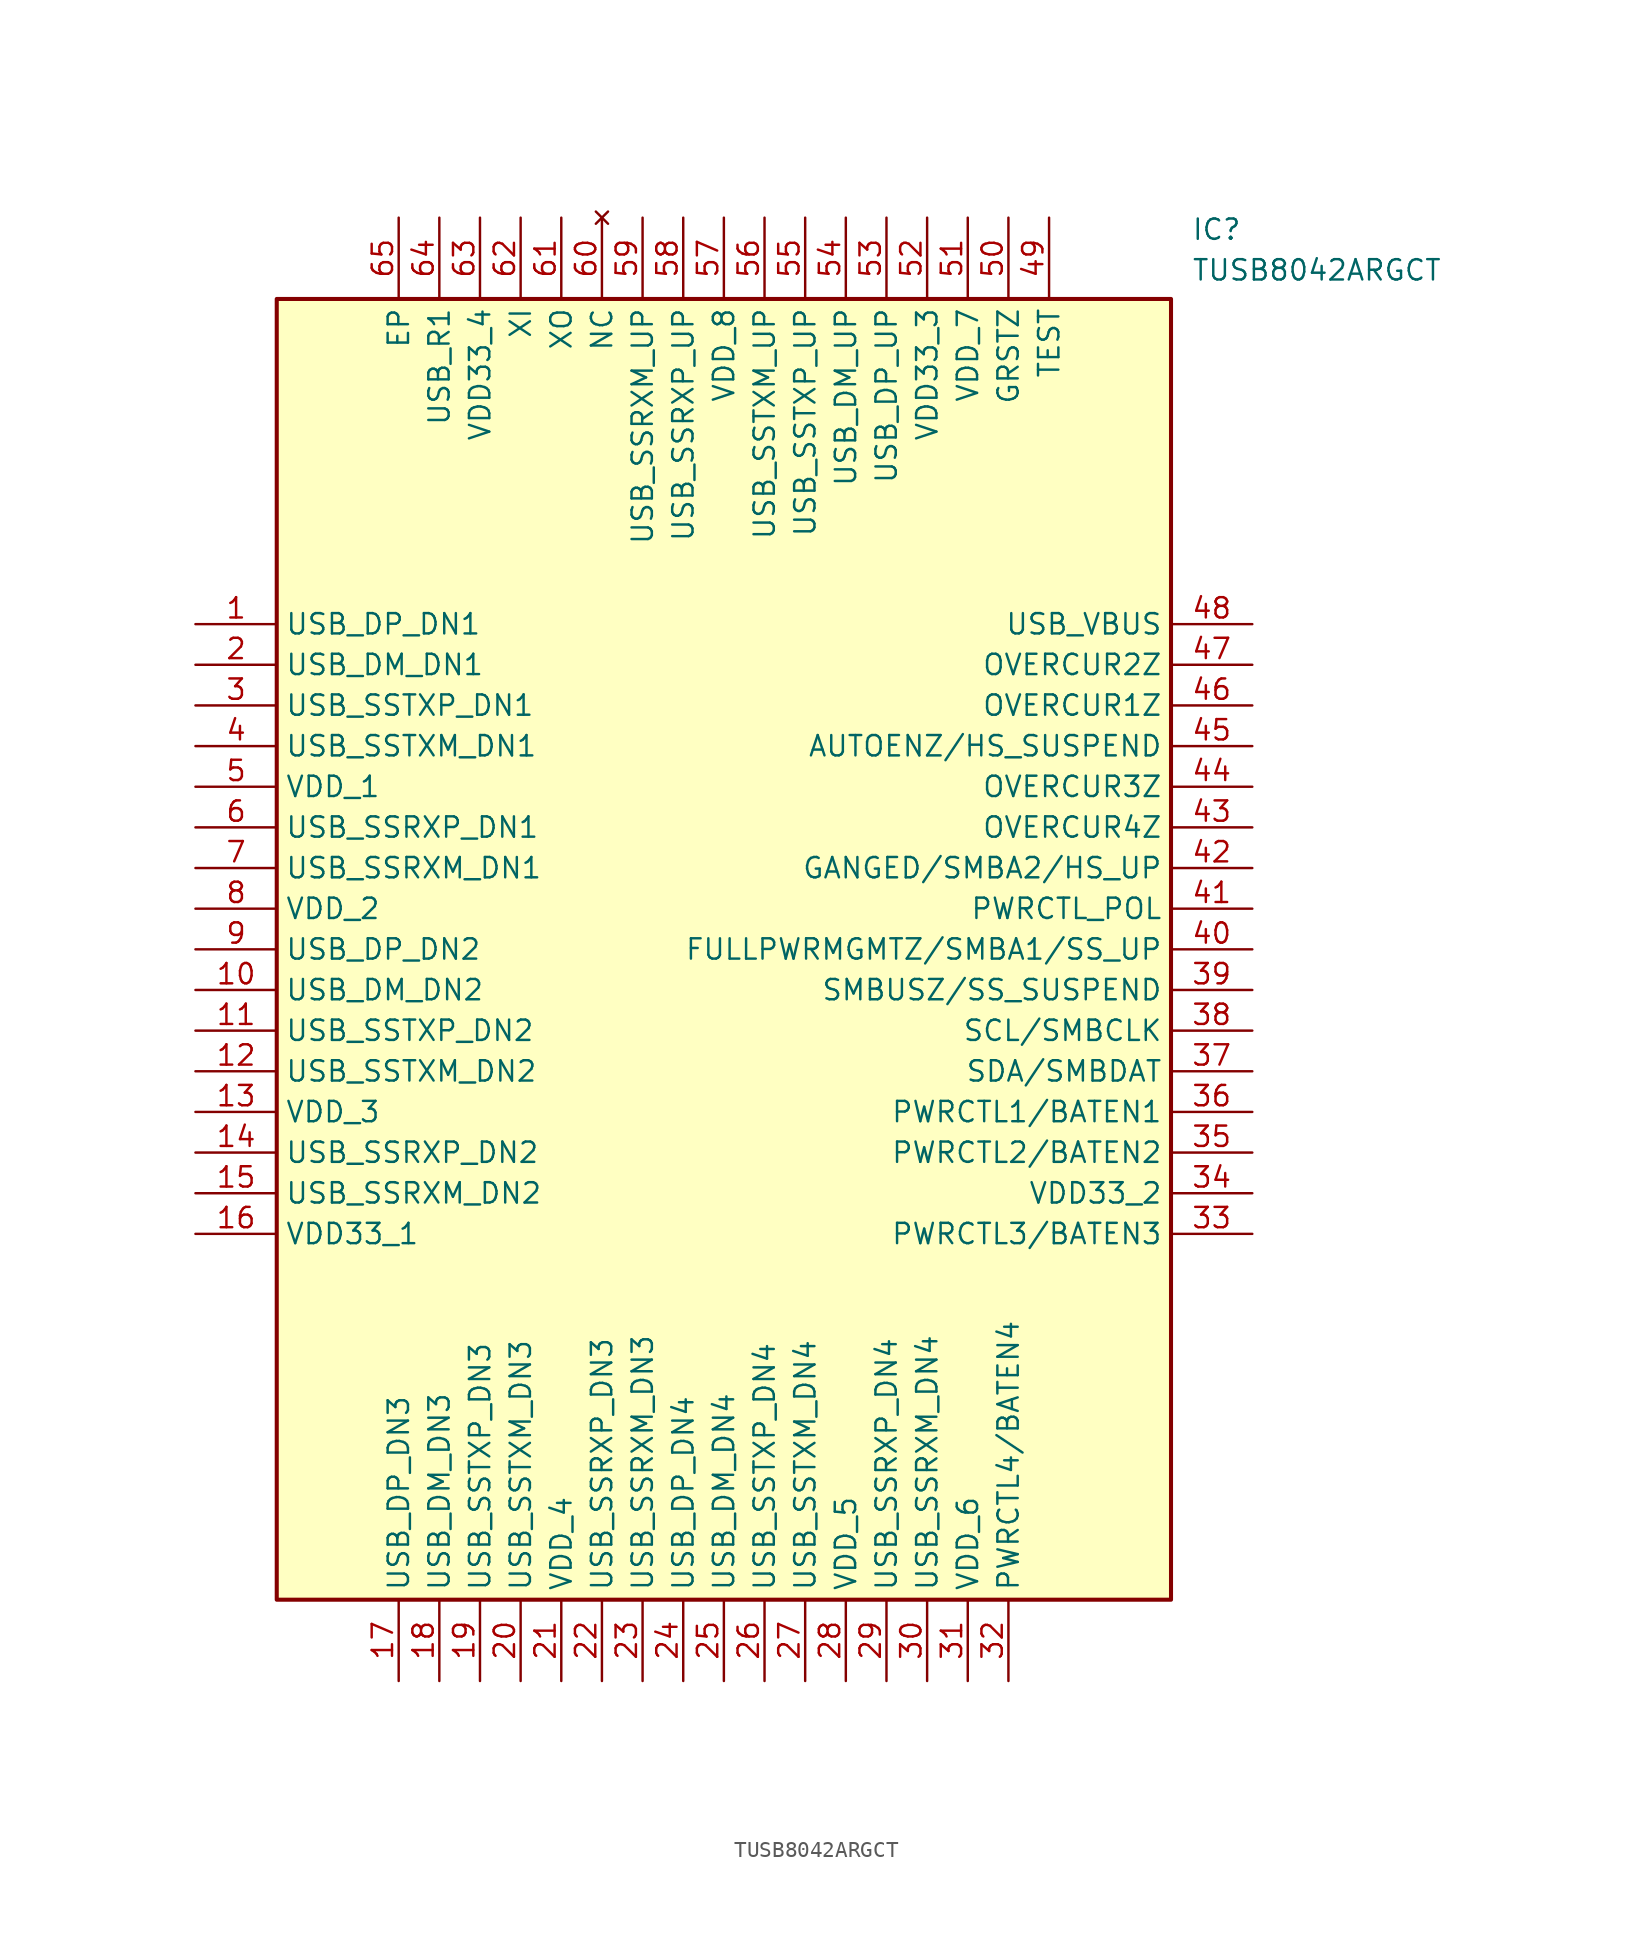
<source format=kicad_sym>
(kicad_symbol_lib
  (version 20211014)
  (generator SamacSys_ECAD_Model)
  (symbol "TUSB8042ARGCT"
    (property "Reference" "IC"
      (at 62.23 25.4 0)
      (effects (font (size 1.27 1.27)) (justify left top)))
    (property "Value" "TUSB8042ARGCT"
      (at 62.23 22.86 0)
      (effects (font (size 1.27 1.27)) (justify left top)))
    (rectangle
      (start 5.08 20.32)
      (end 60.96 -60.96)
      (stroke (width 0.254) (type default))
      (fill (type background)))
    (pin passive line
      (at 0 0 0)
      (length 5.08)
      (name "USB_DP_DN1" (effects (font (size 1.27 1.27))))
      (number "1" (effects (font (size 1.27 1.27)))))
    (pin passive line
      (at 0 -2.54 0)
      (length 5.08)
      (name "USB_DM_DN1" (effects (font (size 1.27 1.27))))
      (number "2" (effects (font (size 1.27 1.27)))))
    (pin passive line
      (at 0 -5.08 0)
      (length 5.08)
      (name "USB_SSTXP_DN1" (effects (font (size 1.27 1.27))))
      (number "3" (effects (font (size 1.27 1.27)))))
    (pin passive line
      (at 0 -7.62 0)
      (length 5.08)
      (name "USB_SSTXM_DN1" (effects (font (size 1.27 1.27))))
      (number "4" (effects (font (size 1.27 1.27)))))
    (pin passive line
      (at 0 -10.16 0)
      (length 5.08)
      (name "VDD_1" (effects (font (size 1.27 1.27))))
      (number "5" (effects (font (size 1.27 1.27)))))
    (pin passive line
      (at 0 -12.7 0)
      (length 5.08)
      (name "USB_SSRXP_DN1" (effects (font (size 1.27 1.27))))
      (number "6" (effects (font (size 1.27 1.27)))))
    (pin passive line
      (at 0 -15.24 0)
      (length 5.08)
      (name "USB_SSRXM_DN1" (effects (font (size 1.27 1.27))))
      (number "7" (effects (font (size 1.27 1.27)))))
    (pin passive line
      (at 0 -17.78 0)
      (length 5.08)
      (name "VDD_2" (effects (font (size 1.27 1.27))))
      (number "8" (effects (font (size 1.27 1.27)))))
    (pin passive line
      (at 0 -20.32 0)
      (length 5.08)
      (name "USB_DP_DN2" (effects (font (size 1.27 1.27))))
      (number "9" (effects (font (size 1.27 1.27)))))
    (pin passive line
      (at 0 -22.86 0)
      (length 5.08)
      (name "USB_DM_DN2" (effects (font (size 1.27 1.27))))
      (number "10" (effects (font (size 1.27 1.27)))))
    (pin passive line
      (at 0 -25.4 0)
      (length 5.08)
      (name "USB_SSTXP_DN2" (effects (font (size 1.27 1.27))))
      (number "11" (effects (font (size 1.27 1.27)))))
    (pin passive line
      (at 0 -27.94 0)
      (length 5.08)
      (name "USB_SSTXM_DN2" (effects (font (size 1.27 1.27))))
      (number "12" (effects (font (size 1.27 1.27)))))
    (pin passive line
      (at 0 -30.48 0)
      (length 5.08)
      (name "VDD_3" (effects (font (size 1.27 1.27))))
      (number "13" (effects (font (size 1.27 1.27)))))
    (pin passive line
      (at 0 -33.02 0)
      (length 5.08)
      (name "USB_SSRXP_DN2" (effects (font (size 1.27 1.27))))
      (number "14" (effects (font (size 1.27 1.27)))))
    (pin passive line
      (at 0 -35.56 0)
      (length 5.08)
      (name "USB_SSRXM_DN2" (effects (font (size 1.27 1.27))))
      (number "15" (effects (font (size 1.27 1.27)))))
    (pin passive line
      (at 0 -38.1 0)
      (length 5.08)
      (name "VDD33_1" (effects (font (size 1.27 1.27))))
      (number "16" (effects (font (size 1.27 1.27)))))
    (pin passive line
      (at 12.7 -66.04 90)
      (length 5.08)
      (name "USB_DP_DN3" (effects (font (size 1.27 1.27))))
      (number "17" (effects (font (size 1.27 1.27)))))
    (pin passive line
      (at 15.24 -66.04 90)
      (length 5.08)
      (name "USB_DM_DN3" (effects (font (size 1.27 1.27))))
      (number "18" (effects (font (size 1.27 1.27)))))
    (pin passive line
      (at 17.78 -66.04 90)
      (length 5.08)
      (name "USB_SSTXP_DN3" (effects (font (size 1.27 1.27))))
      (number "19" (effects (font (size 1.27 1.27)))))
    (pin passive line
      (at 20.32 -66.04 90)
      (length 5.08)
      (name "USB_SSTXM_DN3" (effects (font (size 1.27 1.27))))
      (number "20" (effects (font (size 1.27 1.27)))))
    (pin passive line
      (at 22.86 -66.04 90)
      (length 5.08)
      (name "VDD_4" (effects (font (size 1.27 1.27))))
      (number "21" (effects (font (size 1.27 1.27)))))
    (pin passive line
      (at 25.4 -66.04 90)
      (length 5.08)
      (name "USB_SSRXP_DN3" (effects (font (size 1.27 1.27))))
      (number "22" (effects (font (size 1.27 1.27)))))
    (pin passive line
      (at 27.94 -66.04 90)
      (length 5.08)
      (name "USB_SSRXM_DN3" (effects (font (size 1.27 1.27))))
      (number "23" (effects (font (size 1.27 1.27)))))
    (pin passive line
      (at 30.48 -66.04 90)
      (length 5.08)
      (name "USB_DP_DN4" (effects (font (size 1.27 1.27))))
      (number "24" (effects (font (size 1.27 1.27)))))
    (pin passive line
      (at 33.02 -66.04 90)
      (length 5.08)
      (name "USB_DM_DN4" (effects (font (size 1.27 1.27))))
      (number "25" (effects (font (size 1.27 1.27)))))
    (pin passive line
      (at 35.56 -66.04 90)
      (length 5.08)
      (name "USB_SSTXP_DN4" (effects (font (size 1.27 1.27))))
      (number "26" (effects (font (size 1.27 1.27)))))
    (pin passive line
      (at 38.1 -66.04 90)
      (length 5.08)
      (name "USB_SSTXM_DN4" (effects (font (size 1.27 1.27))))
      (number "27" (effects (font (size 1.27 1.27)))))
    (pin passive line
      (at 40.64 -66.04 90)
      (length 5.08)
      (name "VDD_5" (effects (font (size 1.27 1.27))))
      (number "28" (effects (font (size 1.27 1.27)))))
    (pin passive line
      (at 43.18 -66.04 90)
      (length 5.08)
      (name "USB_SSRXP_DN4" (effects (font (size 1.27 1.27))))
      (number "29" (effects (font (size 1.27 1.27)))))
    (pin passive line
      (at 45.72 -66.04 90)
      (length 5.08)
      (name "USB_SSRXM_DN4" (effects (font (size 1.27 1.27))))
      (number "30" (effects (font (size 1.27 1.27)))))
    (pin passive line
      (at 48.26 -66.04 90)
      (length 5.08)
      (name "VDD_6" (effects (font (size 1.27 1.27))))
      (number "31" (effects (font (size 1.27 1.27)))))
    (pin passive line
      (at 50.8 -66.04 90)
      (length 5.08)
      (name "PWRCTL4/BATEN4" (effects (font (size 1.27 1.27))))
      (number "32" (effects (font (size 1.27 1.27)))))
    (pin passive line
      (at 66.04 0 180)
      (length 5.08)
      (name "USB_VBUS" (effects (font (size 1.27 1.27))))
      (number "48" (effects (font (size 1.27 1.27)))))
    (pin passive line
      (at 66.04 -2.54 180)
      (length 5.08)
      (name "OVERCUR2Z" (effects (font (size 1.27 1.27))))
      (number "47" (effects (font (size 1.27 1.27)))))
    (pin passive line
      (at 66.04 -5.08 180)
      (length 5.08)
      (name "OVERCUR1Z" (effects (font (size 1.27 1.27))))
      (number "46" (effects (font (size 1.27 1.27)))))
    (pin passive line
      (at 66.04 -7.62 180)
      (length 5.08)
      (name "AUTOENZ/HS_SUSPEND" (effects (font (size 1.27 1.27))))
      (number "45" (effects (font (size 1.27 1.27)))))
    (pin passive line
      (at 66.04 -10.16 180)
      (length 5.08)
      (name "OVERCUR3Z" (effects (font (size 1.27 1.27))))
      (number "44" (effects (font (size 1.27 1.27)))))
    (pin passive line
      (at 66.04 -12.7 180)
      (length 5.08)
      (name "OVERCUR4Z" (effects (font (size 1.27 1.27))))
      (number "43" (effects (font (size 1.27 1.27)))))
    (pin passive line
      (at 66.04 -15.24 180)
      (length 5.08)
      (name "GANGED/SMBA2/HS_UP" (effects (font (size 1.27 1.27))))
      (number "42" (effects (font (size 1.27 1.27)))))
    (pin passive line
      (at 66.04 -17.78 180)
      (length 5.08)
      (name "PWRCTL_POL" (effects (font (size 1.27 1.27))))
      (number "41" (effects (font (size 1.27 1.27)))))
    (pin passive line
      (at 66.04 -20.32 180)
      (length 5.08)
      (name "FULLPWRMGMTZ/SMBA1/SS_UP" (effects (font (size 1.27 1.27))))
      (number "40" (effects (font (size 1.27 1.27)))))
    (pin passive line
      (at 66.04 -22.86 180)
      (length 5.08)
      (name "SMBUSZ/SS_SUSPEND" (effects (font (size 1.27 1.27))))
      (number "39" (effects (font (size 1.27 1.27)))))
    (pin passive line
      (at 66.04 -25.4 180)
      (length 5.08)
      (name "SCL/SMBCLK" (effects (font (size 1.27 1.27))))
      (number "38" (effects (font (size 1.27 1.27)))))
    (pin passive line
      (at 66.04 -27.94 180)
      (length 5.08)
      (name "SDA/SMBDAT" (effects (font (size 1.27 1.27))))
      (number "37" (effects (font (size 1.27 1.27)))))
    (pin passive line
      (at 66.04 -30.48 180)
      (length 5.08)
      (name "PWRCTL1/BATEN1" (effects (font (size 1.27 1.27))))
      (number "36" (effects (font (size 1.27 1.27)))))
    (pin passive line
      (at 66.04 -33.02 180)
      (length 5.08)
      (name "PWRCTL2/BATEN2" (effects (font (size 1.27 1.27))))
      (number "35" (effects (font (size 1.27 1.27)))))
    (pin passive line
      (at 66.04 -35.56 180)
      (length 5.08)
      (name "VDD33_2" (effects (font (size 1.27 1.27))))
      (number "34" (effects (font (size 1.27 1.27)))))
    (pin passive line
      (at 66.04 -38.1 180)
      (length 5.08)
      (name "PWRCTL3/BATEN3" (effects (font (size 1.27 1.27))))
      (number "33" (effects (font (size 1.27 1.27)))))
    (pin passive line
      (at 12.7 25.4 270)
      (length 5.08)
      (name "EP" (effects (font (size 1.27 1.27))))
      (number "65" (effects (font (size 1.27 1.27)))))
    (pin passive line
      (at 15.24 25.4 270)
      (length 5.08)
      (name "USB_R1" (effects (font (size 1.27 1.27))))
      (number "64" (effects (font (size 1.27 1.27)))))
    (pin passive line
      (at 17.78 25.4 270)
      (length 5.08)
      (name "VDD33_4" (effects (font (size 1.27 1.27))))
      (number "63" (effects (font (size 1.27 1.27)))))
    (pin passive line
      (at 20.32 25.4 270)
      (length 5.08)
      (name "XI" (effects (font (size 1.27 1.27))))
      (number "62" (effects (font (size 1.27 1.27)))))
    (pin passive line
      (at 22.86 25.4 270)
      (length 5.08)
      (name "XO" (effects (font (size 1.27 1.27))))
      (number "61" (effects (font (size 1.27 1.27)))))
    (pin no_connect line
      (at 25.4 25.4 270)
      (length 5.08)
      (name "NC" (effects (font (size 1.27 1.27))))
      (number "60" (effects (font (size 1.27 1.27)))))
    (pin passive line
      (at 27.94 25.4 270)
      (length 5.08)
      (name "USB_SSRXM_UP" (effects (font (size 1.27 1.27))))
      (number "59" (effects (font (size 1.27 1.27)))))
    (pin passive line
      (at 30.48 25.4 270)
      (length 5.08)
      (name "USB_SSRXP_UP" (effects (font (size 1.27 1.27))))
      (number "58" (effects (font (size 1.27 1.27)))))
    (pin passive line
      (at 33.02 25.4 270)
      (length 5.08)
      (name "VDD_8" (effects (font (size 1.27 1.27))))
      (number "57" (effects (font (size 1.27 1.27)))))
    (pin passive line
      (at 35.56 25.4 270)
      (length 5.08)
      (name "USB_SSTXM_UP" (effects (font (size 1.27 1.27))))
      (number "56" (effects (font (size 1.27 1.27)))))
    (pin passive line
      (at 38.1 25.4 270)
      (length 5.08)
      (name "USB_SSTXP_UP" (effects (font (size 1.27 1.27))))
      (number "55" (effects (font (size 1.27 1.27)))))
    (pin passive line
      (at 40.64 25.4 270)
      (length 5.08)
      (name "USB_DM_UP" (effects (font (size 1.27 1.27))))
      (number "54" (effects (font (size 1.27 1.27)))))
    (pin passive line
      (at 43.18 25.4 270)
      (length 5.08)
      (name "USB_DP_UP" (effects (font (size 1.27 1.27))))
      (number "53" (effects (font (size 1.27 1.27)))))
    (pin passive line
      (at 45.72 25.4 270)
      (length 5.08)
      (name "VDD33_3" (effects (font (size 1.27 1.27))))
      (number "52" (effects (font (size 1.27 1.27)))))
    (pin passive line
      (at 48.26 25.4 270)
      (length 5.08)
      (name "VDD_7" (effects (font (size 1.27 1.27))))
      (number "51" (effects (font (size 1.27 1.27)))))
    (pin passive line
      (at 50.8 25.4 270)
      (length 5.08)
      (name "GRSTZ" (effects (font (size 1.27 1.27))))
      (number "50" (effects (font (size 1.27 1.27)))))
    (pin passive line
      (at 53.34 25.4 270)
      (length 5.08)
      (name "TEST" (effects (font (size 1.27 1.27))))
      (number "49" (effects (font (size 1.27 1.27)))))))
</source>
